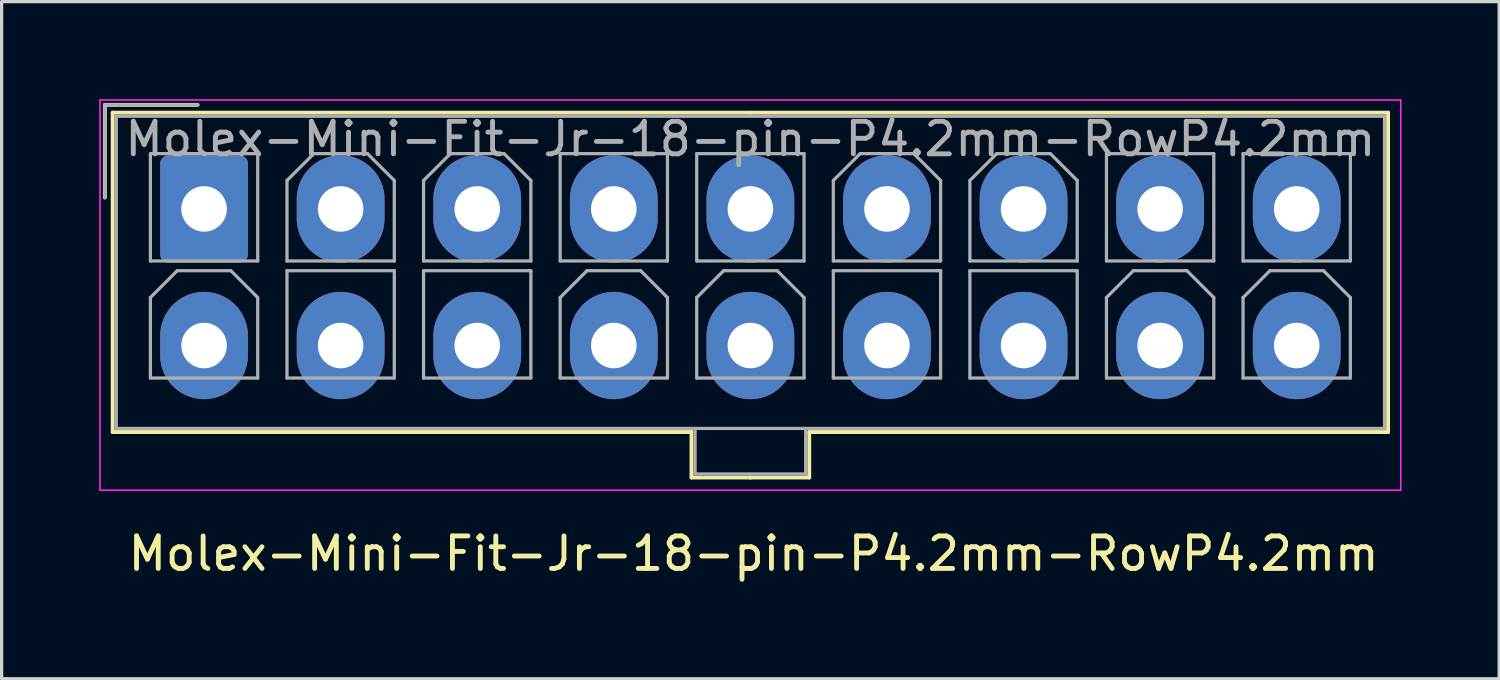
<source format=kicad_pcb>
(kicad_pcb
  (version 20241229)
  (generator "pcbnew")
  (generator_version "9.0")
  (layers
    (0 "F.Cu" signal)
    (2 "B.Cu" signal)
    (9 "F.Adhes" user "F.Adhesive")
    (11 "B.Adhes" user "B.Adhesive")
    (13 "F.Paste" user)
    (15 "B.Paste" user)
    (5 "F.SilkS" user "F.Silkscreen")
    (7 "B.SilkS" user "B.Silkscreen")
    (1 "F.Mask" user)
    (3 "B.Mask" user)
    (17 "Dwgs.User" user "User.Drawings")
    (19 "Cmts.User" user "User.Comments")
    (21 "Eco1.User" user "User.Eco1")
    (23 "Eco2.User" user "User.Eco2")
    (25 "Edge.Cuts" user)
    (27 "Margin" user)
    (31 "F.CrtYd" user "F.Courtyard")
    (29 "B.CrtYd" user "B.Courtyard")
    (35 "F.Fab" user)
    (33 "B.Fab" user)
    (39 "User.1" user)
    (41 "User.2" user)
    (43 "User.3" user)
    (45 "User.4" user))
  (footprint "Molex-Mini-Fit-Jr-18-pin-P4.2mm-RowP4.2mm"
    (layer "F.Cu")
    (at 20.125 13.475)
    (property "Reference" "Molex-Mini-Fit-Jr-18-pin-P4.2mm-RowP4.2mm" (at 0 0.5 0) (layer "F.SilkS") (effects (font (size 1 1) (thickness 0.15))))
    (attr through_hole)
    (fp_line (start -19.95 -13.3) (end -19.95 -10.45) (stroke (width 0.12) (type solid)) (layer "F.SilkS"))
    (fp_line (start -19.71 -13.06) (end -19.71 -3.24) (stroke (width 0.12) (type solid)) (layer "F.SilkS"))
    (fp_line (start -19.71 -3.24) (end -1.91 -3.24) (stroke (width 0.12) (type solid)) (layer "F.SilkS"))
    (fp_line (start -17.1 -13.3) (end -19.95 -13.3) (stroke (width 0.12) (type solid)) (layer "F.SilkS"))
    (fp_line (start -1.91 -3.24) (end -1.91 -1.84) (stroke (width 0.12) (type solid)) (layer "F.SilkS"))
    (fp_line (start -1.91 -1.84) (end -0.1 -1.84) (stroke (width 0.12) (type solid)) (layer "F.SilkS"))
    (fp_line (start -0.1 -13.06) (end -19.71 -13.06) (stroke (width 0.12) (type solid)) (layer "F.SilkS"))
    (fp_line (start -0.1 -13.06) (end 19.51 -13.06) (stroke (width 0.12) (type solid)) (layer "F.SilkS"))
    (fp_line (start 1.71 -3.24) (end 1.71 -1.84) (stroke (width 0.12) (type solid)) (layer "F.SilkS"))
    (fp_line (start 1.71 -1.84) (end -0.1 -1.84) (stroke (width 0.12) (type solid)) (layer "F.SilkS"))
    (fp_line (start 19.51 -13.06) (end 19.51 -3.24) (stroke (width 0.12) (type solid)) (layer "F.SilkS"))
    (fp_line (start 19.51 -3.24) (end 1.71 -3.24) (stroke (width 0.12) (type solid)) (layer "F.SilkS"))
    (fp_line (start -20.1 -13.45) (end -20.1 -1.45) (stroke (width 0.05) (type solid)) (layer "F.CrtYd"))
    (fp_line (start -20.1 -1.45) (end 19.9 -1.45) (stroke (width 0.05) (type solid)) (layer "F.CrtYd"))
    (fp_line (start 19.9 -13.45) (end -20.1 -13.45) (stroke (width 0.05) (type solid)) (layer "F.CrtYd"))
    (fp_line (start 19.9 -1.45) (end 19.9 -13.45) (stroke (width 0.05) (type solid)) (layer "F.CrtYd"))
    (fp_line (start -19.95 -13.3) (end -19.95 -10.45) (stroke (width 0.1) (type solid)) (layer "F.Fab"))
    (fp_line (start -19.6 -12.95) (end -19.6 -3.35) (stroke (width 0.1) (type solid)) (layer "F.Fab"))
    (fp_line (start -19.6 -3.35) (end 19.4 -3.35) (stroke (width 0.1) (type solid)) (layer "F.Fab"))
    (fp_line (start -18.55 -11.8) (end -18.55 -8.5) (stroke (width 0.1) (type solid)) (layer "F.Fab"))
    (fp_line (start -18.55 -8.5) (end -15.25 -8.5) (stroke (width 0.1) (type solid)) (layer "F.Fab"))
    (fp_line (start -18.55 -7.375) (end -17.725 -8.2) (stroke (width 0.1) (type solid)) (layer "F.Fab"))
    (fp_line (start -18.55 -4.9) (end -18.55 -7.375) (stroke (width 0.1) (type solid)) (layer "F.Fab"))
    (fp_line (start -17.725 -8.2) (end -16.075 -8.2) (stroke (width 0.1) (type solid)) (layer "F.Fab"))
    (fp_line (start -17.1 -13.3) (end -19.95 -13.3) (stroke (width 0.1) (type solid)) (layer "F.Fab"))
    (fp_line (start -16.075 -8.2) (end -15.25 -7.375) (stroke (width 0.1) (type solid)) (layer "F.Fab"))
    (fp_line (start -15.25 -11.8) (end -18.55 -11.8) (stroke (width 0.1) (type solid)) (layer "F.Fab"))
    (fp_line (start -15.25 -8.5) (end -15.25 -11.8) (stroke (width 0.1) (type solid)) (layer "F.Fab"))
    (fp_line (start -15.25 -7.375) (end -15.25 -4.9) (stroke (width 0.1) (type solid)) (layer "F.Fab"))
    (fp_line (start -15.25 -4.9) (end -18.55 -4.9) (stroke (width 0.1) (type solid)) (layer "F.Fab"))
    (fp_line (start -14.35 -10.975) (end -13.525 -11.8) (stroke (width 0.1) (type solid)) (layer "F.Fab"))
    (fp_line (start -14.35 -8.5) (end -14.35 -10.975) (stroke (width 0.1) (type solid)) (layer "F.Fab"))
    (fp_line (start -14.35 -8.2) (end -14.35 -4.9) (stroke (width 0.1) (type solid)) (layer "F.Fab"))
    (fp_line (start -14.35 -4.9) (end -11.05 -4.9) (stroke (width 0.1) (type solid)) (layer "F.Fab"))
    (fp_line (start -13.525 -11.8) (end -11.875 -11.8) (stroke (width 0.1) (type solid)) (layer "F.Fab"))
    (fp_line (start -11.875 -11.8) (end -11.05 -10.975) (stroke (width 0.1) (type solid)) (layer "F.Fab"))
    (fp_line (start -11.05 -10.975) (end -11.05 -8.5) (stroke (width 0.1) (type solid)) (layer "F.Fab"))
    (fp_line (start -11.05 -8.5) (end -14.35 -8.5) (stroke (width 0.1) (type solid)) (layer "F.Fab"))
    (fp_line (start -11.05 -8.2) (end -14.35 -8.2) (stroke (width 0.1) (type solid)) (layer "F.Fab"))
    (fp_line (start -11.05 -4.9) (end -11.05 -8.2) (stroke (width 0.1) (type solid)) (layer "F.Fab"))
    (fp_line (start -10.15 -10.975) (end -9.325 -11.8) (stroke (width 0.1) (type solid)) (layer "F.Fab"))
    (fp_line (start -10.15 -8.5) (end -10.15 -10.975) (stroke (width 0.1) (type solid)) (layer "F.Fab"))
    (fp_line (start -10.15 -8.2) (end -10.15 -4.9) (stroke (width 0.1) (type solid)) (layer "F.Fab"))
    (fp_line (start -10.15 -4.9) (end -6.85 -4.9) (stroke (width 0.1) (type solid)) (layer "F.Fab"))
    (fp_line (start -9.325 -11.8) (end -7.675 -11.8) (stroke (width 0.1) (type solid)) (layer "F.Fab"))
    (fp_line (start -7.675 -11.8) (end -6.85 -10.975) (stroke (width 0.1) (type solid)) (layer "F.Fab"))
    (fp_line (start -6.85 -10.975) (end -6.85 -8.5) (stroke (width 0.1) (type solid)) (layer "F.Fab"))
    (fp_line (start -6.85 -8.5) (end -10.15 -8.5) (stroke (width 0.1) (type solid)) (layer "F.Fab"))
    (fp_line (start -6.85 -8.2) (end -10.15 -8.2) (stroke (width 0.1) (type solid)) (layer "F.Fab"))
    (fp_line (start -6.85 -4.9) (end -6.85 -8.2) (stroke (width 0.1) (type solid)) (layer "F.Fab"))
    (fp_line (start -5.95 -11.8) (end -5.95 -8.5) (stroke (width 0.1) (type solid)) (layer "F.Fab"))
    (fp_line (start -5.95 -8.5) (end -2.65 -8.5) (stroke (width 0.1) (type solid)) (layer "F.Fab"))
    (fp_line (start -5.95 -7.375) (end -5.125 -8.2) (stroke (width 0.1) (type solid)) (layer "F.Fab"))
    (fp_line (start -5.95 -4.9) (end -5.95 -7.375) (stroke (width 0.1) (type solid)) (layer "F.Fab"))
    (fp_line (start -5.125 -8.2) (end -3.475 -8.2) (stroke (width 0.1) (type solid)) (layer "F.Fab"))
    (fp_line (start -3.475 -8.2) (end -2.65 -7.375) (stroke (width 0.1) (type solid)) (layer "F.Fab"))
    (fp_line (start -2.65 -11.8) (end -5.95 -11.8) (stroke (width 0.1) (type solid)) (layer "F.Fab"))
    (fp_line (start -2.65 -8.5) (end -2.65 -11.8) (stroke (width 0.1) (type solid)) (layer "F.Fab"))
    (fp_line (start -2.65 -7.375) (end -2.65 -4.9) (stroke (width 0.1) (type solid)) (layer "F.Fab"))
    (fp_line (start -2.65 -4.9) (end -5.95 -4.9) (stroke (width 0.1) (type solid)) (layer "F.Fab"))
    (fp_line (start -1.8 -3.35) (end -1.8 -1.95) (stroke (width 0.1) (type solid)) (layer "F.Fab"))
    (fp_line (start -1.8 -1.95) (end 1.6 -1.95) (stroke (width 0.1) (type solid)) (layer "F.Fab"))
    (fp_line (start -1.75 -11.8) (end -1.75 -8.5) (stroke (width 0.1) (type solid)) (layer "F.Fab"))
    (fp_line (start -1.75 -8.5) (end 1.55 -8.5) (stroke (width 0.1) (type solid)) (layer "F.Fab"))
    (fp_line (start -1.75 -7.375) (end -0.925 -8.2) (stroke (width 0.1) (type solid)) (layer "F.Fab"))
    (fp_line (start -1.75 -4.9) (end -1.75 -7.375) (stroke (width 0.1) (type solid)) (layer "F.Fab"))
    (fp_line (start -0.925 -8.2) (end 0.725 -8.2) (stroke (width 0.1) (type solid)) (layer "F.Fab"))
    (fp_line (start 0.725 -8.2) (end 1.55 -7.375) (stroke (width 0.1) (type solid)) (layer "F.Fab"))
    (fp_line (start 1.55 -11.8) (end -1.75 -11.8) (stroke (width 0.1) (type solid)) (layer "F.Fab"))
    (fp_line (start 1.55 -8.5) (end 1.55 -11.8) (stroke (width 0.1) (type solid)) (layer "F.Fab"))
    (fp_line (start 1.55 -7.375) (end 1.55 -4.9) (stroke (width 0.1) (type solid)) (layer "F.Fab"))
    (fp_line (start 1.55 -4.9) (end -1.75 -4.9) (stroke (width 0.1) (type solid)) (layer "F.Fab"))
    (fp_line (start 1.6 -1.95) (end 1.6 -3.35) (stroke (width 0.1) (type solid)) (layer "F.Fab"))
    (fp_line (start 2.45 -10.975) (end 3.275 -11.8) (stroke (width 0.1) (type solid)) (layer "F.Fab"))
    (fp_line (start 2.45 -8.5) (end 2.45 -10.975) (stroke (width 0.1) (type solid)) (layer "F.Fab"))
    (fp_line (start 2.45 -8.2) (end 2.45 -4.9) (stroke (width 0.1) (type solid)) (layer "F.Fab"))
    (fp_line (start 2.45 -4.9) (end 5.75 -4.9) (stroke (width 0.1) (type solid)) (layer "F.Fab"))
    (fp_line (start 3.275 -11.8) (end 4.925 -11.8) (stroke (width 0.1) (type solid)) (layer "F.Fab"))
    (fp_line (start 4.925 -11.8) (end 5.75 -10.975) (stroke (width 0.1) (type solid)) (layer "F.Fab"))
    (fp_line (start 5.75 -10.975) (end 5.75 -8.5) (stroke (width 0.1) (type solid)) (layer "F.Fab"))
    (fp_line (start 5.75 -8.5) (end 2.45 -8.5) (stroke (width 0.1) (type solid)) (layer "F.Fab"))
    (fp_line (start 5.75 -8.2) (end 2.45 -8.2) (stroke (width 0.1) (type solid)) (layer "F.Fab"))
    (fp_line (start 5.75 -4.9) (end 5.75 -8.2) (stroke (width 0.1) (type solid)) (layer "F.Fab"))
    (fp_line (start 6.65 -10.975) (end 7.475 -11.8) (stroke (width 0.1) (type solid)) (layer "F.Fab"))
    (fp_line (start 6.65 -8.5) (end 6.65 -10.975) (stroke (width 0.1) (type solid)) (layer "F.Fab"))
    (fp_line (start 6.65 -8.2) (end 6.65 -4.9) (stroke (width 0.1) (type solid)) (layer "F.Fab"))
    (fp_line (start 6.65 -4.9) (end 9.95 -4.9) (stroke (width 0.1) (type solid)) (layer "F.Fab"))
    (fp_line (start 7.475 -11.8) (end 9.125 -11.8) (stroke (width 0.1) (type solid)) (layer "F.Fab"))
    (fp_line (start 9.125 -11.8) (end 9.95 -10.975) (stroke (width 0.1) (type solid)) (layer "F.Fab"))
    (fp_line (start 9.95 -10.975) (end 9.95 -8.5) (stroke (width 0.1) (type solid)) (layer "F.Fab"))
    (fp_line (start 9.95 -8.5) (end 6.65 -8.5) (stroke (width 0.1) (type solid)) (layer "F.Fab"))
    (fp_line (start 9.95 -8.2) (end 6.65 -8.2) (stroke (width 0.1) (type solid)) (layer "F.Fab"))
    (fp_line (start 9.95 -4.9) (end 9.95 -8.2) (stroke (width 0.1) (type solid)) (layer "F.Fab"))
    (fp_line (start 10.85 -11.8) (end 10.85 -8.5) (stroke (width 0.1) (type solid)) (layer "F.Fab"))
    (fp_line (start 10.85 -8.5) (end 14.15 -8.5) (stroke (width 0.1) (type solid)) (layer "F.Fab"))
    (fp_line (start 10.85 -7.375) (end 11.675 -8.2) (stroke (width 0.1) (type solid)) (layer "F.Fab"))
    (fp_line (start 10.85 -4.9) (end 10.85 -7.375) (stroke (width 0.1) (type solid)) (layer "F.Fab"))
    (fp_line (start 11.675 -8.2) (end 13.325 -8.2) (stroke (width 0.1) (type solid)) (layer "F.Fab"))
    (fp_line (start 13.325 -8.2) (end 14.15 -7.375) (stroke (width 0.1) (type solid)) (layer "F.Fab"))
    (fp_line (start 14.15 -11.8) (end 10.85 -11.8) (stroke (width 0.1) (type solid)) (layer "F.Fab"))
    (fp_line (start 14.15 -8.5) (end 14.15 -11.8) (stroke (width 0.1) (type solid)) (layer "F.Fab"))
    (fp_line (start 14.15 -7.375) (end 14.15 -4.9) (stroke (width 0.1) (type solid)) (layer "F.Fab"))
    (fp_line (start 14.15 -4.9) (end 10.85 -4.9) (stroke (width 0.1) (type solid)) (layer "F.Fab"))
    (fp_line (start 15.05 -11.8) (end 15.05 -8.5) (stroke (width 0.1) (type solid)) (layer "F.Fab"))
    (fp_line (start 15.05 -8.5) (end 18.35 -8.5) (stroke (width 0.1) (type solid)) (layer "F.Fab"))
    (fp_line (start 15.05 -7.375) (end 15.875 -8.2) (stroke (width 0.1) (type solid)) (layer "F.Fab"))
    (fp_line (start 15.05 -4.9) (end 15.05 -7.375) (stroke (width 0.1) (type solid)) (layer "F.Fab"))
    (fp_line (start 15.875 -8.2) (end 17.525 -8.2) (stroke (width 0.1) (type solid)) (layer "F.Fab"))
    (fp_line (start 17.525 -8.2) (end 18.35 -7.375) (stroke (width 0.1) (type solid)) (layer "F.Fab"))
    (fp_line (start 18.35 -11.8) (end 15.05 -11.8) (stroke (width 0.1) (type solid)) (layer "F.Fab"))
    (fp_line (start 18.35 -8.5) (end 18.35 -11.8) (stroke (width 0.1) (type solid)) (layer "F.Fab"))
    (fp_line (start 18.35 -7.375) (end 18.35 -4.9) (stroke (width 0.1) (type solid)) (layer "F.Fab"))
    (fp_line (start 18.35 -4.9) (end 15.05 -4.9) (stroke (width 0.1) (type solid)) (layer "F.Fab"))
    (fp_line (start 19.4 -12.95) (end -19.6 -12.95) (stroke (width 0.1) (type solid)) (layer "F.Fab"))
    (fp_line (start 19.4 -3.35) (end 19.4 -12.95) (stroke (width 0.1) (type solid)) (layer "F.Fab"))
    (fp_text user "${REFERENCE}" (at -0.1 -12.25 0) (layer "F.Fab") (effects (font (size 1 1) (thickness 0.15))))
    (pad "1" thru_hole roundrect (at -16.9 -10.1) (size 2.7 3.3) (drill 1.4) (layers "*.Cu" "*.Mask") (roundrect_rratio 0.093))
    (pad "2" thru_hole oval (at -12.7 -10.1) (size 2.7 3.3) (drill 1.4) (layers "*.Cu" "*.Mask"))
    (pad "3" thru_hole oval (at -8.5 -10.1) (size 2.7 3.3) (drill 1.4) (layers "*.Cu" "*.Mask"))
    (pad "4" thru_hole oval (at -4.3 -10.1) (size 2.7 3.3) (drill 1.4) (layers "*.Cu" "*.Mask"))
    (pad "5" thru_hole oval (at -0.1 -10.1) (size 2.7 3.3) (drill 1.4) (layers "*.Cu" "*.Mask"))
    (pad "6" thru_hole oval (at 4.1 -10.1) (size 2.7 3.3) (drill 1.4) (layers "*.Cu" "*.Mask"))
    (pad "7" thru_hole oval (at 8.3 -10.1) (size 2.7 3.3) (drill 1.4) (layers "*.Cu" "*.Mask"))
    (pad "8" thru_hole oval (at 12.5 -10.1) (size 2.7 3.3) (drill 1.4) (layers "*.Cu" "*.Mask"))
    (pad "9" thru_hole oval (at 16.7 -10.1) (size 2.7 3.3) (drill 1.4) (layers "*.Cu" "*.Mask"))
    (pad "10" thru_hole oval (at -16.9 -5.9) (size 2.7 3.3) (drill 1.4) (layers "*.Cu" "*.Mask"))
    (pad "11" thru_hole oval (at -12.7 -5.9) (size 2.7 3.3) (drill 1.4) (layers "*.Cu" "*.Mask"))
    (pad "12" thru_hole oval (at -8.5 -5.9) (size 2.7 3.3) (drill 1.4) (layers "*.Cu" "*.Mask"))
    (pad "13" thru_hole oval (at -4.3 -5.9) (size 2.7 3.3) (drill 1.4) (layers "*.Cu" "*.Mask"))
    (pad "14" thru_hole oval (at -0.1 -5.9) (size 2.7 3.3) (drill 1.4) (layers "*.Cu" "*.Mask"))
    (pad "15" thru_hole oval (at 4.1 -5.9) (size 2.7 3.3) (drill 1.4) (layers "*.Cu" "*.Mask"))
    (pad "16" thru_hole oval (at 8.3 -5.9) (size 2.7 3.3) (drill 1.4) (layers "*.Cu" "*.Mask"))
    (pad "17" thru_hole oval (at 12.5 -5.9) (size 2.7 3.3) (drill 1.4) (layers "*.Cu" "*.Mask"))
    (pad "18" thru_hole oval (at 16.7 -5.9) (size 2.7 3.3) (drill 1.4) (layers "*.Cu" "*.Mask")))
  (gr_rect
    (start -3 -3)
    (end 43.05 17.823)
    (stroke (width 0.1) (type default))
    (fill no)
    (layer "Edge.Cuts")))
</source>
